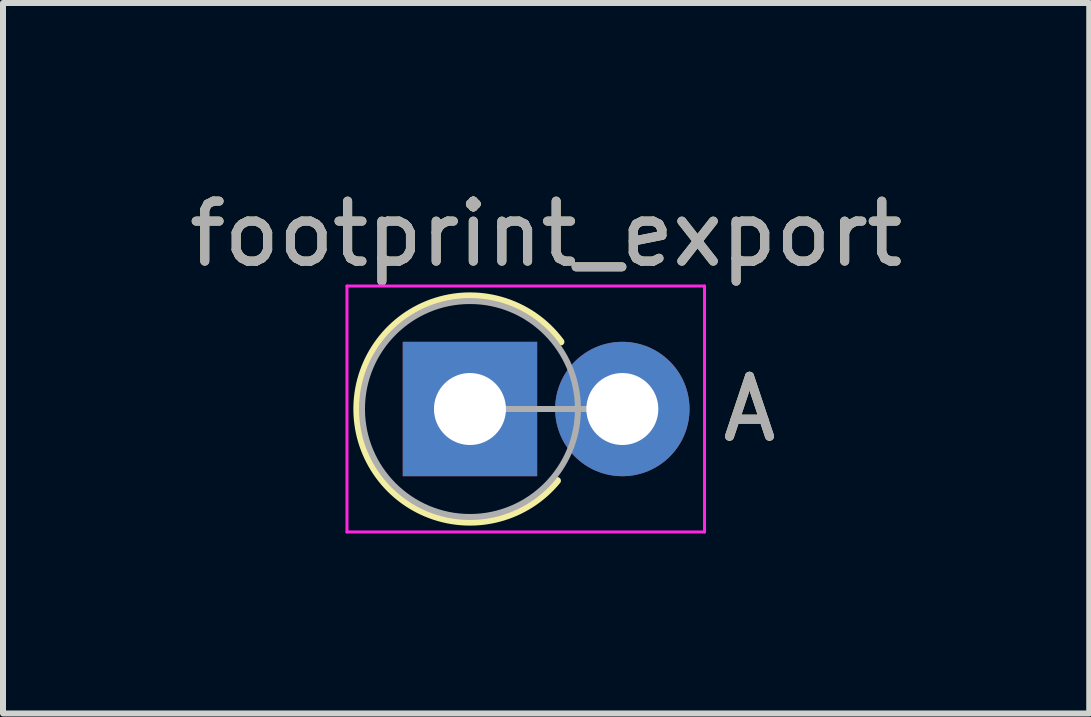
<source format=kicad_pcb>
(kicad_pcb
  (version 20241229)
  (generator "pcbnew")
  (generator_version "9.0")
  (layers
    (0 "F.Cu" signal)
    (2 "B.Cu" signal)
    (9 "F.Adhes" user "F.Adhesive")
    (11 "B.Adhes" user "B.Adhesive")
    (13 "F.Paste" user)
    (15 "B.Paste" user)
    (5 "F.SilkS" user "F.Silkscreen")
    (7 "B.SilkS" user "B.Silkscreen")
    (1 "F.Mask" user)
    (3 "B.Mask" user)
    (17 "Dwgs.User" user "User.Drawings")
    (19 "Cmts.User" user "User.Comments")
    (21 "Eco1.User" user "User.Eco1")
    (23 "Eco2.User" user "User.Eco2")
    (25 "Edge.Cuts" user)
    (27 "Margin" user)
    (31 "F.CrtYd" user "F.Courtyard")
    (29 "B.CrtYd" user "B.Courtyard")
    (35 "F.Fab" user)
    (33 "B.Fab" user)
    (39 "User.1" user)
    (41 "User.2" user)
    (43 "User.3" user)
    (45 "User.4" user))
  (footprint "footprint_export"
    (layer "F.Cu")
    (at 4.784 3.768)
    (property "Reference" "footprint_export" (at 1.27 -2.92 0) (layer "F.SilkS") (effects (font (size 1 1) (thickness 0.15))))
    (attr through_hole)
    (fp_arc (start 1.456371 1.194732) (mid -1.883124 -0.047368) (end 1.514596 -1.12) (stroke (width 0.12) (type solid)) (layer "F.SilkS"))
    (fp_line (start -2.05 -2.05) (end -2.05 2.05) (stroke (width 0.05) (type solid)) (layer "F.CrtYd"))
    (fp_line (start -2.05 2.05) (end 3.91 2.05) (stroke (width 0.05) (type solid)) (layer "F.CrtYd"))
    (fp_line (start 3.91 -2.05) (end -2.05 -2.05) (stroke (width 0.05) (type solid)) (layer "F.CrtYd"))
    (fp_line (start 3.91 2.05) (end 3.91 -2.05) (stroke (width 0.05) (type solid)) (layer "F.CrtYd"))
    (fp_line (start 0 0) (end 2.54 0) (stroke (width 0.1) (type solid)) (layer "F.Fab"))
    (fp_circle (center 0 0) (end 1.8 0) (stroke (width 0.1) (type solid)) (fill no) (layer "F.Fab"))
    (fp_text user "A" (at 4.66 0 0) (layer "F.SilkS") (effects (font (size 1 1) (thickness 0.15))))
    (fp_text user "A" (at 4.66 0 0) (layer "F.Fab") (effects (font (size 1 1) (thickness 0.15))))
    (fp_text user "${REFERENCE}" (at 1.27 -2.92 0) (layer "F.Fab") (effects (font (size 1 1) (thickness 0.15))))
    (pad "1" thru_hole rect (at 0 0) (size 2.24 2.24) (drill 1.2) (layers "*.Cu" "*.Mask"))
    (pad "2" thru_hole oval (at 2.54 0) (size 2.24 2.24) (drill 1.2) (layers "*.Cu" "*.Mask")))
  (gr_rect
    (start -3 -3)
    (end 15.107 8.843)
    (stroke (width 0.1) (type default))
    (fill no)
    (layer "Edge.Cuts")))
</source>
